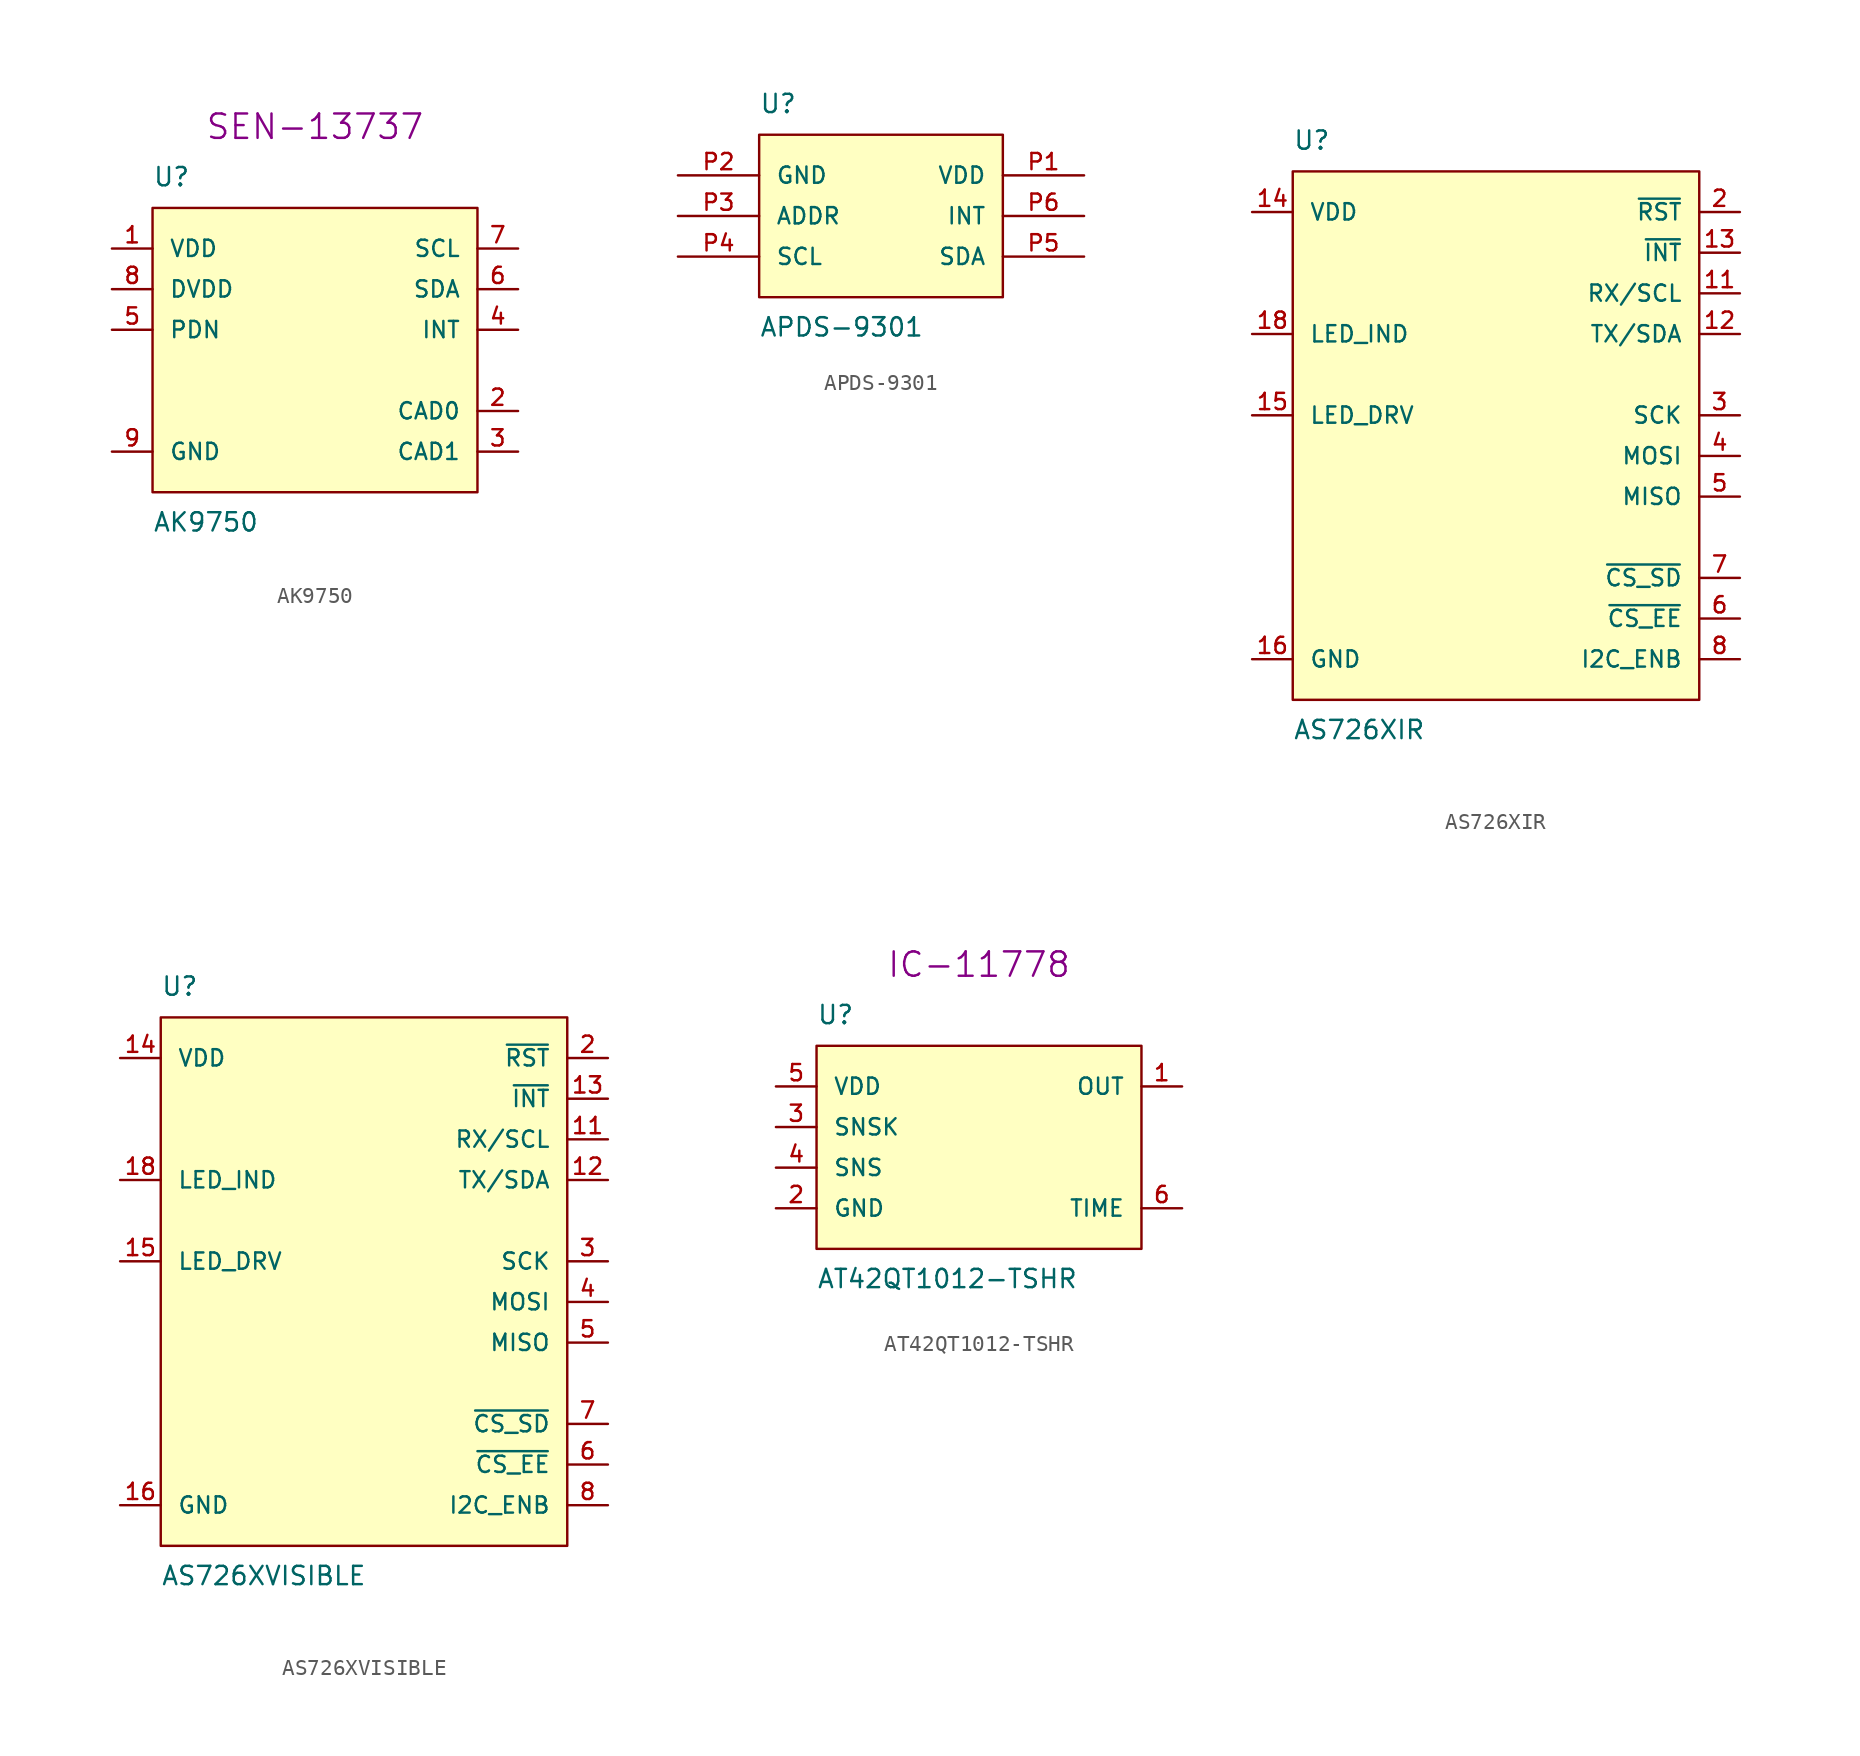
<source format=kicad_sym>
(kicad_symbol_lib
  (version 20220914)
  (generator kicad_symbol_editor)
  (symbol "AK9750"
    (pin_names
      (offset 1.016))
    (property "Reference" "U"
      (at -10.16 8.89 0)
      (effects (font (size 1.143 1.143)) (justify left bottom)))
    (property "Value" "AK9750"
      (at -10.16 -12.7 0)
      (effects (font (size 1.143 1.143)) (justify left bottom)))
    (property "Field4" "SEN-13737"
      (at 0 12.7 0)
      (effects (font (size 1.524 1.524))))
    (property "ki_locked" ""
      (at 0 0 0)
      (effects (font (size 1.27 1.27))))
    (symbol "AK9750_1_1"
      (polyline (pts (xy -10.16 7.62) (xy 10.16 7.62) (xy 10.16 -10.16) (xy -10.16 -10.16) (xy -10.16 7.62)) (stroke (width 0) (type solid)) (fill (type background)))
      (pin bidirectional line (at -12.7 5.08 0) (length 2.54) (name "VDD" (effects (font (size 1.016 1.016)))) (number "1" (effects (font (size 1.016 1.016)))))
      (pin bidirectional line (at -12.7 -7.62 0) (length 2.54) hide (name "GND" (effects (font (size 1.016 1.016)))) (number "10" (effects (font (size 1.016 1.016)))))
      (pin bidirectional line (at 12.7 -5.08 180) (length 2.54) (name "CAD0" (effects (font (size 1.016 1.016)))) (number "2" (effects (font (size 1.016 1.016)))))
      (pin bidirectional line (at 12.7 -7.62 180) (length 2.54) (name "CAD1" (effects (font (size 1.016 1.016)))) (number "3" (effects (font (size 1.016 1.016)))))
      (pin bidirectional line (at 12.7 0 180) (length 2.54) (name "INT" (effects (font (size 1.016 1.016)))) (number "4" (effects (font (size 1.016 1.016)))))
      (pin bidirectional line (at -12.7 0 0) (length 2.54) (name "PDN" (effects (font (size 1.016 1.016)))) (number "5" (effects (font (size 1.016 1.016)))))
      (pin bidirectional line (at 12.7 2.54 180) (length 2.54) (name "SDA" (effects (font (size 1.016 1.016)))) (number "6" (effects (font (size 1.016 1.016)))))
      (pin bidirectional line (at 12.7 5.08 180) (length 2.54) (name "SCL" (effects (font (size 1.016 1.016)))) (number "7" (effects (font (size 1.016 1.016)))))
      (pin bidirectional line (at -12.7 2.54 0) (length 2.54) (name "DVDD" (effects (font (size 1.016 1.016)))) (number "8" (effects (font (size 1.016 1.016)))))
      (pin bidirectional line (at -12.7 -7.62 0) (length 2.54) (name "GND" (effects (font (size 1.016 1.016)))) (number "9" (effects (font (size 1.016 1.016)))))))
  (symbol "APDS-9301"
    (pin_names
      (offset 1.016))
    (property "Reference" "U"
      (at -7.62 6.35 0)
      (effects (font (size 1.143 1.143)) (justify left bottom)))
    (property "Value" "APDS-9301"
      (at -7.62 -7.62 0)
      (effects (font (size 1.143 1.143)) (justify left bottom)))
    (property "ki_locked" ""
      (at 0 0 0)
      (effects (font (size 1.27 1.27))))
    (symbol "APDS-9301_1_1"
      (polyline (pts (xy -7.62 -5.08) (xy -7.62 5.08) (xy 7.62 5.08) (xy 7.62 -5.08) (xy -7.62 -5.08)) (stroke (width 0) (type solid)) (fill (type background)))
      (pin bidirectional line (at 12.7 2.54 180) (length 5.08) (name "VDD" (effects (font (size 1.016 1.016)))) (number "P1" (effects (font (size 1.016 1.016)))))
      (pin bidirectional line (at -12.7 2.54 0) (length 5.08) (name "GND" (effects (font (size 1.016 1.016)))) (number "P2" (effects (font (size 1.016 1.016)))))
      (pin bidirectional line (at -12.7 0 0) (length 5.08) (name "ADDR" (effects (font (size 1.016 1.016)))) (number "P3" (effects (font (size 1.016 1.016)))))
      (pin bidirectional line (at -12.7 -2.54 0) (length 5.08) (name "SCL" (effects (font (size 1.016 1.016)))) (number "P4" (effects (font (size 1.016 1.016)))))
      (pin bidirectional line (at 12.7 -2.54 180) (length 5.08) (name "SDA" (effects (font (size 1.016 1.016)))) (number "P5" (effects (font (size 1.016 1.016)))))
      (pin bidirectional line (at 12.7 0 180) (length 5.08) (name "INT" (effects (font (size 1.016 1.016)))) (number "P6" (effects (font (size 1.016 1.016)))))))
  (symbol "AS726XIR"
    (pin_names
      (offset 1.016))
    (property "Reference" "U"
      (at -12.7 19.05 0)
      (effects (font (size 1.143 1.143)) (justify left bottom)))
    (property "Value" "AS726XIR"
      (at -12.7 -17.78 0)
      (effects (font (size 1.143 1.143)) (justify left bottom)))
    (property "ki_locked" ""
      (at 0 0 0)
      (effects (font (size 1.27 1.27))))
    (symbol "AS726XIR_1_1"
      (polyline (pts (xy -12.7 17.78) (xy 12.7 17.78) (xy 12.7 -15.24) (xy -12.7 -15.24) (xy -12.7 17.78)) (stroke (width 0) (type solid)) (fill (type background)))
      (pin bidirectional line (at 15.24 10.16 180) (length 2.54) (name "RX/SCL" (effects (font (size 1.016 1.016)))) (number "11" (effects (font (size 1.016 1.016)))))
      (pin bidirectional line (at 15.24 7.62 180) (length 2.54) (name "TX/SDA" (effects (font (size 1.016 1.016)))) (number "12" (effects (font (size 1.016 1.016)))))
      (pin bidirectional line (at 15.24 12.7 180) (length 2.54) (name "~{INT}" (effects (font (size 1.016 1.016)))) (number "13" (effects (font (size 1.016 1.016)))))
      (pin bidirectional line (at -15.24 15.24 0) (length 2.54) (name "VDD" (effects (font (size 1.016 1.016)))) (number "14" (effects (font (size 1.016 1.016)))))
      (pin bidirectional line (at -15.24 2.54 0) (length 2.54) (name "LED_DRV" (effects (font (size 1.016 1.016)))) (number "15" (effects (font (size 1.016 1.016)))))
      (pin bidirectional line (at -15.24 -12.7 0) (length 2.54) (name "GND" (effects (font (size 1.016 1.016)))) (number "16" (effects (font (size 1.016 1.016)))))
      (pin bidirectional line (at -15.24 15.24 0) (length 2.54) hide (name "VDD" (effects (font (size 1.016 1.016)))) (number "17" (effects (font (size 1.016 1.016)))))
      (pin bidirectional line (at -15.24 7.62 0) (length 2.54) (name "LED_IND" (effects (font (size 1.016 1.016)))) (number "18" (effects (font (size 1.016 1.016)))))
      (pin bidirectional line (at 15.24 15.24 180) (length 2.54) (name "~{RST}" (effects (font (size 1.016 1.016)))) (number "2" (effects (font (size 1.016 1.016)))))
      (pin bidirectional line (at 15.24 2.54 180) (length 2.54) (name "SCK" (effects (font (size 1.016 1.016)))) (number "3" (effects (font (size 1.016 1.016)))))
      (pin bidirectional line (at 15.24 0 180) (length 2.54) (name "MOSI" (effects (font (size 1.016 1.016)))) (number "4" (effects (font (size 1.016 1.016)))))
      (pin bidirectional line (at 15.24 -2.54 180) (length 2.54) (name "MISO" (effects (font (size 1.016 1.016)))) (number "5" (effects (font (size 1.016 1.016)))))
      (pin bidirectional line (at 15.24 -10.16 180) (length 2.54) (name "~{CS_EE}" (effects (font (size 1.016 1.016)))) (number "6" (effects (font (size 1.016 1.016)))))
      (pin bidirectional line (at 15.24 -7.62 180) (length 2.54) (name "~{CS_SD}" (effects (font (size 1.016 1.016)))) (number "7" (effects (font (size 1.016 1.016)))))
      (pin bidirectional line (at 15.24 -12.7 180) (length 2.54) (name "I2C_ENB" (effects (font (size 1.016 1.016)))) (number "8" (effects (font (size 1.016 1.016)))))))
  (symbol "AS726XVISIBLE"
    (pin_names
      (offset 1.016))
    (property "Reference" "U"
      (at -12.7 19.05 0)
      (effects (font (size 1.143 1.143)) (justify left bottom)))
    (property "Value" "AS726XVISIBLE"
      (at -12.7 -17.78 0)
      (effects (font (size 1.143 1.143)) (justify left bottom)))
    (property "ki_locked" ""
      (at 0 0 0)
      (effects (font (size 1.27 1.27))))
    (symbol "AS726XVISIBLE_1_1"
      (polyline (pts (xy -12.7 17.78) (xy 12.7 17.78) (xy 12.7 -15.24) (xy -12.7 -15.24) (xy -12.7 17.78)) (stroke (width 0) (type solid)) (fill (type background)))
      (pin bidirectional line (at 15.24 10.16 180) (length 2.54) (name "RX/SCL" (effects (font (size 1.016 1.016)))) (number "11" (effects (font (size 1.016 1.016)))))
      (pin bidirectional line (at 15.24 7.62 180) (length 2.54) (name "TX/SDA" (effects (font (size 1.016 1.016)))) (number "12" (effects (font (size 1.016 1.016)))))
      (pin bidirectional line (at 15.24 12.7 180) (length 2.54) (name "~{INT}" (effects (font (size 1.016 1.016)))) (number "13" (effects (font (size 1.016 1.016)))))
      (pin bidirectional line (at -15.24 15.24 0) (length 2.54) (name "VDD" (effects (font (size 1.016 1.016)))) (number "14" (effects (font (size 1.016 1.016)))))
      (pin bidirectional line (at -15.24 2.54 0) (length 2.54) (name "LED_DRV" (effects (font (size 1.016 1.016)))) (number "15" (effects (font (size 1.016 1.016)))))
      (pin bidirectional line (at -15.24 -12.7 0) (length 2.54) (name "GND" (effects (font (size 1.016 1.016)))) (number "16" (effects (font (size 1.016 1.016)))))
      (pin bidirectional line (at -15.24 15.24 0) (length 2.54) hide (name "VDD" (effects (font (size 1.016 1.016)))) (number "17" (effects (font (size 1.016 1.016)))))
      (pin bidirectional line (at -15.24 7.62 0) (length 2.54) (name "LED_IND" (effects (font (size 1.016 1.016)))) (number "18" (effects (font (size 1.016 1.016)))))
      (pin bidirectional line (at 15.24 15.24 180) (length 2.54) (name "~{RST}" (effects (font (size 1.016 1.016)))) (number "2" (effects (font (size 1.016 1.016)))))
      (pin bidirectional line (at 15.24 2.54 180) (length 2.54) (name "SCK" (effects (font (size 1.016 1.016)))) (number "3" (effects (font (size 1.016 1.016)))))
      (pin bidirectional line (at 15.24 0 180) (length 2.54) (name "MOSI" (effects (font (size 1.016 1.016)))) (number "4" (effects (font (size 1.016 1.016)))))
      (pin bidirectional line (at 15.24 -2.54 180) (length 2.54) (name "MISO" (effects (font (size 1.016 1.016)))) (number "5" (effects (font (size 1.016 1.016)))))
      (pin bidirectional line (at 15.24 -10.16 180) (length 2.54) (name "~{CS_EE}" (effects (font (size 1.016 1.016)))) (number "6" (effects (font (size 1.016 1.016)))))
      (pin bidirectional line (at 15.24 -7.62 180) (length 2.54) (name "~{CS_SD}" (effects (font (size 1.016 1.016)))) (number "7" (effects (font (size 1.016 1.016)))))
      (pin bidirectional line (at 15.24 -12.7 180) (length 2.54) (name "I2C_ENB" (effects (font (size 1.016 1.016)))) (number "8" (effects (font (size 1.016 1.016)))))))
  (symbol "AT42QT1012-TSHR"
    (pin_names
      (offset 1.016))
    (property "Reference" "U"
      (at -10.16 8.89 0)
      (effects (font (size 1.143 1.143)) (justify left bottom)))
    (property "Value" "AT42QT1012-TSHR"
      (at -10.16 -7.62 0)
      (effects (font (size 1.143 1.143)) (justify left bottom)))
    (property "Field4" "IC-11778"
      (at 0 12.7 0)
      (effects (font (size 1.524 1.524))))
    (property "ki_locked" ""
      (at 0 0 0)
      (effects (font (size 1.27 1.27))))
    (symbol "AT42QT1012-TSHR_1_1"
      (polyline (pts (xy -10.16 7.62) (xy -10.16 -5.08) (xy 10.16 -5.08) (xy 10.16 7.62) (xy -10.16 7.62)) (stroke (width 0) (type solid)) (fill (type background)))
      (pin bidirectional line (at 12.7 5.08 180) (length 2.54) (name "OUT" (effects (font (size 1.016 1.016)))) (number "1" (effects (font (size 1.016 1.016)))))
      (pin bidirectional line (at -12.7 -2.54 0) (length 2.54) (name "GND" (effects (font (size 1.016 1.016)))) (number "2" (effects (font (size 1.016 1.016)))))
      (pin bidirectional line (at -12.7 2.54 0) (length 2.54) (name "SNSK" (effects (font (size 1.016 1.016)))) (number "3" (effects (font (size 1.016 1.016)))))
      (pin bidirectional line (at -12.7 0 0) (length 2.54) (name "SNS" (effects (font (size 1.016 1.016)))) (number "4" (effects (font (size 1.016 1.016)))))
      (pin bidirectional line (at -12.7 5.08 0) (length 2.54) (name "VDD" (effects (font (size 1.016 1.016)))) (number "5" (effects (font (size 1.016 1.016)))))
      (pin bidirectional line (at 12.7 -2.54 180) (length 2.54) (name "TIME" (effects (font (size 1.016 1.016)))) (number "6" (effects (font (size 1.016 1.016))))))))
</source>
